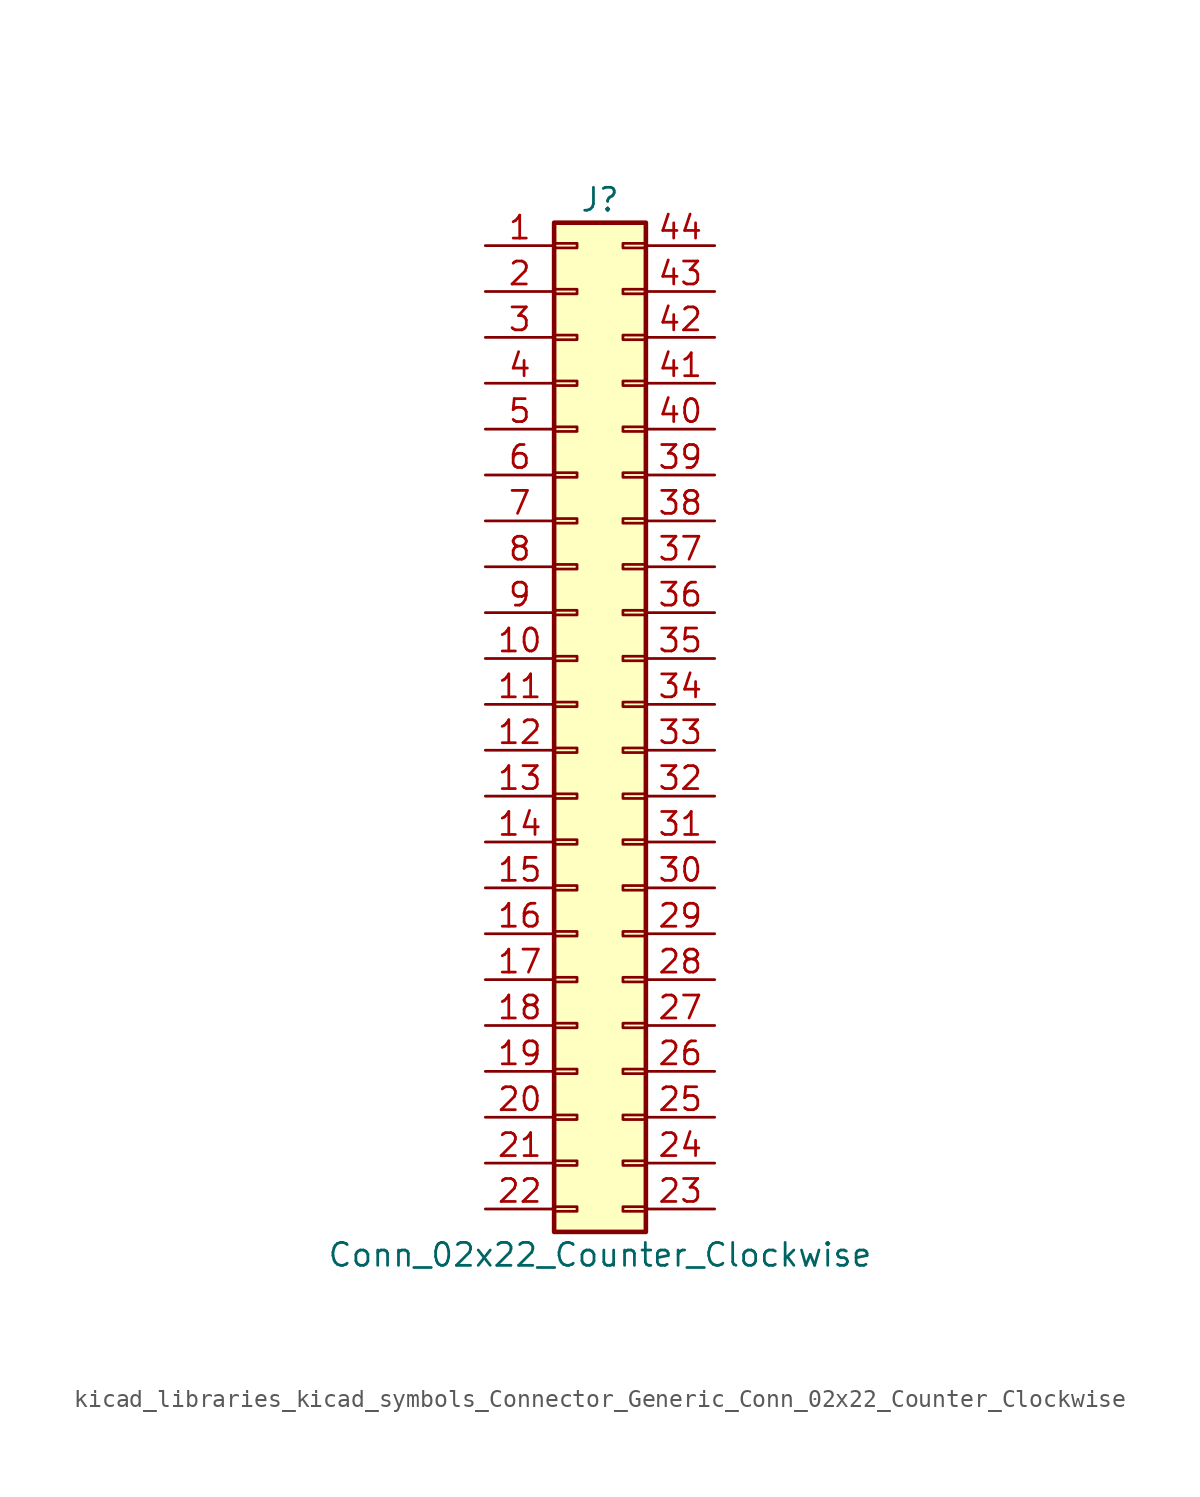
<source format=kicad_sym>
(kicad_symbol_lib
  (version 20220914)
  (generator kicad_symbol_editor)
  (symbol "kicad_libraries_kicad_symbols_Connector_Generic_Conn_02x22_Counter_Clockwise"
    (pin_names
      (offset 1.016) hide)
    (property "Reference" "J"
      (at 1.27 27.94 0)
      (effects (font (size 1.27 1.27))))
    (property "Value" "Conn_02x22_Counter_Clockwise"
      (at 1.27 -30.48 0)
      (effects (font (size 1.27 1.27))))
    (symbol "kicad_libraries_kicad_symbols_Connector_Generic_Conn_02x22_Counter_Clockwise_1_1"
      (rectangle (start -1.27 -27.813) (end 0 -28.067) (stroke (width 0.152) (type default)) (fill (type none)))
      (rectangle (start -1.27 -25.273) (end 0 -25.527) (stroke (width 0.152) (type default)) (fill (type none)))
      (rectangle (start -1.27 -22.733) (end 0 -22.987) (stroke (width 0.152) (type default)) (fill (type none)))
      (rectangle (start -1.27 -20.193) (end 0 -20.447) (stroke (width 0.152) (type default)) (fill (type none)))
      (rectangle (start -1.27 -17.653) (end 0 -17.907) (stroke (width 0.152) (type default)) (fill (type none)))
      (rectangle (start -1.27 -15.113) (end 0 -15.367) (stroke (width 0.152) (type default)) (fill (type none)))
      (rectangle (start -1.27 -12.573) (end 0 -12.827) (stroke (width 0.152) (type default)) (fill (type none)))
      (rectangle (start -1.27 -10.033) (end 0 -10.287) (stroke (width 0.152) (type default)) (fill (type none)))
      (rectangle (start -1.27 -7.493) (end 0 -7.747) (stroke (width 0.152) (type default)) (fill (type none)))
      (rectangle (start -1.27 -4.953) (end 0 -5.207) (stroke (width 0.152) (type default)) (fill (type none)))
      (rectangle (start -1.27 -2.413) (end 0 -2.667) (stroke (width 0.152) (type default)) (fill (type none)))
      (rectangle (start -1.27 0.127) (end 0 -0.127) (stroke (width 0.152) (type default)) (fill (type none)))
      (rectangle (start -1.27 2.667) (end 0 2.413) (stroke (width 0.152) (type default)) (fill (type none)))
      (rectangle (start -1.27 5.207) (end 0 4.953) (stroke (width 0.152) (type default)) (fill (type none)))
      (rectangle (start -1.27 7.747) (end 0 7.493) (stroke (width 0.152) (type default)) (fill (type none)))
      (rectangle (start -1.27 10.287) (end 0 10.033) (stroke (width 0.152) (type default)) (fill (type none)))
      (rectangle (start -1.27 12.827) (end 0 12.573) (stroke (width 0.152) (type default)) (fill (type none)))
      (rectangle (start -1.27 15.367) (end 0 15.113) (stroke (width 0.152) (type default)) (fill (type none)))
      (rectangle (start -1.27 17.907) (end 0 17.653) (stroke (width 0.152) (type default)) (fill (type none)))
      (rectangle (start -1.27 20.447) (end 0 20.193) (stroke (width 0.152) (type default)) (fill (type none)))
      (rectangle (start -1.27 22.987) (end 0 22.733) (stroke (width 0.152) (type default)) (fill (type none)))
      (rectangle (start -1.27 25.527) (end 0 25.273) (stroke (width 0.152) (type default)) (fill (type none)))
      (rectangle (start -1.27 26.67) (end 3.81 -29.21) (stroke (width 0.254) (type default)) (fill (type background)))
      (rectangle (start 3.81 -27.813) (end 2.54 -28.067) (stroke (width 0.152) (type default)) (fill (type none)))
      (rectangle (start 3.81 -25.273) (end 2.54 -25.527) (stroke (width 0.152) (type default)) (fill (type none)))
      (rectangle (start 3.81 -22.733) (end 2.54 -22.987) (stroke (width 0.152) (type default)) (fill (type none)))
      (rectangle (start 3.81 -20.193) (end 2.54 -20.447) (stroke (width 0.152) (type default)) (fill (type none)))
      (rectangle (start 3.81 -17.653) (end 2.54 -17.907) (stroke (width 0.152) (type default)) (fill (type none)))
      (rectangle (start 3.81 -15.113) (end 2.54 -15.367) (stroke (width 0.152) (type default)) (fill (type none)))
      (rectangle (start 3.81 -12.573) (end 2.54 -12.827) (stroke (width 0.152) (type default)) (fill (type none)))
      (rectangle (start 3.81 -10.033) (end 2.54 -10.287) (stroke (width 0.152) (type default)) (fill (type none)))
      (rectangle (start 3.81 -7.493) (end 2.54 -7.747) (stroke (width 0.152) (type default)) (fill (type none)))
      (rectangle (start 3.81 -4.953) (end 2.54 -5.207) (stroke (width 0.152) (type default)) (fill (type none)))
      (rectangle (start 3.81 -2.413) (end 2.54 -2.667) (stroke (width 0.152) (type default)) (fill (type none)))
      (rectangle (start 3.81 0.127) (end 2.54 -0.127) (stroke (width 0.152) (type default)) (fill (type none)))
      (rectangle (start 3.81 2.667) (end 2.54 2.413) (stroke (width 0.152) (type default)) (fill (type none)))
      (rectangle (start 3.81 5.207) (end 2.54 4.953) (stroke (width 0.152) (type default)) (fill (type none)))
      (rectangle (start 3.81 7.747) (end 2.54 7.493) (stroke (width 0.152) (type default)) (fill (type none)))
      (rectangle (start 3.81 10.287) (end 2.54 10.033) (stroke (width 0.152) (type default)) (fill (type none)))
      (rectangle (start 3.81 12.827) (end 2.54 12.573) (stroke (width 0.152) (type default)) (fill (type none)))
      (rectangle (start 3.81 15.367) (end 2.54 15.113) (stroke (width 0.152) (type default)) (fill (type none)))
      (rectangle (start 3.81 17.907) (end 2.54 17.653) (stroke (width 0.152) (type default)) (fill (type none)))
      (rectangle (start 3.81 20.447) (end 2.54 20.193) (stroke (width 0.152) (type default)) (fill (type none)))
      (rectangle (start 3.81 22.987) (end 2.54 22.733) (stroke (width 0.152) (type default)) (fill (type none)))
      (rectangle (start 3.81 25.527) (end 2.54 25.273) (stroke (width 0.152) (type default)) (fill (type none)))
      (pin passive line (at -5.08 25.4 0) (length 3.81) (name "Pin_1" (effects (font (size 1.27 1.27)))) (number "1" (effects (font (size 1.27 1.27)))))
      (pin passive line (at -5.08 2.54 0) (length 3.81) (name "Pin_10" (effects (font (size 1.27 1.27)))) (number "10" (effects (font (size 1.27 1.27)))))
      (pin passive line (at -5.08 0 0) (length 3.81) (name "Pin_11" (effects (font (size 1.27 1.27)))) (number "11" (effects (font (size 1.27 1.27)))))
      (pin passive line (at -5.08 -2.54 0) (length 3.81) (name "Pin_12" (effects (font (size 1.27 1.27)))) (number "12" (effects (font (size 1.27 1.27)))))
      (pin passive line (at -5.08 -5.08 0) (length 3.81) (name "Pin_13" (effects (font (size 1.27 1.27)))) (number "13" (effects (font (size 1.27 1.27)))))
      (pin passive line (at -5.08 -7.62 0) (length 3.81) (name "Pin_14" (effects (font (size 1.27 1.27)))) (number "14" (effects (font (size 1.27 1.27)))))
      (pin passive line (at -5.08 -10.16 0) (length 3.81) (name "Pin_15" (effects (font (size 1.27 1.27)))) (number "15" (effects (font (size 1.27 1.27)))))
      (pin passive line (at -5.08 -12.7 0) (length 3.81) (name "Pin_16" (effects (font (size 1.27 1.27)))) (number "16" (effects (font (size 1.27 1.27)))))
      (pin passive line (at -5.08 -15.24 0) (length 3.81) (name "Pin_17" (effects (font (size 1.27 1.27)))) (number "17" (effects (font (size 1.27 1.27)))))
      (pin passive line (at -5.08 -17.78 0) (length 3.81) (name "Pin_18" (effects (font (size 1.27 1.27)))) (number "18" (effects (font (size 1.27 1.27)))))
      (pin passive line (at -5.08 -20.32 0) (length 3.81) (name "Pin_19" (effects (font (size 1.27 1.27)))) (number "19" (effects (font (size 1.27 1.27)))))
      (pin passive line (at -5.08 22.86 0) (length 3.81) (name "Pin_2" (effects (font (size 1.27 1.27)))) (number "2" (effects (font (size 1.27 1.27)))))
      (pin passive line (at -5.08 -22.86 0) (length 3.81) (name "Pin_20" (effects (font (size 1.27 1.27)))) (number "20" (effects (font (size 1.27 1.27)))))
      (pin passive line (at -5.08 -25.4 0) (length 3.81) (name "Pin_21" (effects (font (size 1.27 1.27)))) (number "21" (effects (font (size 1.27 1.27)))))
      (pin passive line (at -5.08 -27.94 0) (length 3.81) (name "Pin_22" (effects (font (size 1.27 1.27)))) (number "22" (effects (font (size 1.27 1.27)))))
      (pin passive line (at 7.62 -27.94 180) (length 3.81) (name "Pin_23" (effects (font (size 1.27 1.27)))) (number "23" (effects (font (size 1.27 1.27)))))
      (pin passive line (at 7.62 -25.4 180) (length 3.81) (name "Pin_24" (effects (font (size 1.27 1.27)))) (number "24" (effects (font (size 1.27 1.27)))))
      (pin passive line (at 7.62 -22.86 180) (length 3.81) (name "Pin_25" (effects (font (size 1.27 1.27)))) (number "25" (effects (font (size 1.27 1.27)))))
      (pin passive line (at 7.62 -20.32 180) (length 3.81) (name "Pin_26" (effects (font (size 1.27 1.27)))) (number "26" (effects (font (size 1.27 1.27)))))
      (pin passive line (at 7.62 -17.78 180) (length 3.81) (name "Pin_27" (effects (font (size 1.27 1.27)))) (number "27" (effects (font (size 1.27 1.27)))))
      (pin passive line (at 7.62 -15.24 180) (length 3.81) (name "Pin_28" (effects (font (size 1.27 1.27)))) (number "28" (effects (font (size 1.27 1.27)))))
      (pin passive line (at 7.62 -12.7 180) (length 3.81) (name "Pin_29" (effects (font (size 1.27 1.27)))) (number "29" (effects (font (size 1.27 1.27)))))
      (pin passive line (at -5.08 20.32 0) (length 3.81) (name "Pin_3" (effects (font (size 1.27 1.27)))) (number "3" (effects (font (size 1.27 1.27)))))
      (pin passive line (at 7.62 -10.16 180) (length 3.81) (name "Pin_30" (effects (font (size 1.27 1.27)))) (number "30" (effects (font (size 1.27 1.27)))))
      (pin passive line (at 7.62 -7.62 180) (length 3.81) (name "Pin_31" (effects (font (size 1.27 1.27)))) (number "31" (effects (font (size 1.27 1.27)))))
      (pin passive line (at 7.62 -5.08 180) (length 3.81) (name "Pin_32" (effects (font (size 1.27 1.27)))) (number "32" (effects (font (size 1.27 1.27)))))
      (pin passive line (at 7.62 -2.54 180) (length 3.81) (name "Pin_33" (effects (font (size 1.27 1.27)))) (number "33" (effects (font (size 1.27 1.27)))))
      (pin passive line (at 7.62 0 180) (length 3.81) (name "Pin_34" (effects (font (size 1.27 1.27)))) (number "34" (effects (font (size 1.27 1.27)))))
      (pin passive line (at 7.62 2.54 180) (length 3.81) (name "Pin_35" (effects (font (size 1.27 1.27)))) (number "35" (effects (font (size 1.27 1.27)))))
      (pin passive line (at 7.62 5.08 180) (length 3.81) (name "Pin_36" (effects (font (size 1.27 1.27)))) (number "36" (effects (font (size 1.27 1.27)))))
      (pin passive line (at 7.62 7.62 180) (length 3.81) (name "Pin_37" (effects (font (size 1.27 1.27)))) (number "37" (effects (font (size 1.27 1.27)))))
      (pin passive line (at 7.62 10.16 180) (length 3.81) (name "Pin_38" (effects (font (size 1.27 1.27)))) (number "38" (effects (font (size 1.27 1.27)))))
      (pin passive line (at 7.62 12.7 180) (length 3.81) (name "Pin_39" (effects (font (size 1.27 1.27)))) (number "39" (effects (font (size 1.27 1.27)))))
      (pin passive line (at -5.08 17.78 0) (length 3.81) (name "Pin_4" (effects (font (size 1.27 1.27)))) (number "4" (effects (font (size 1.27 1.27)))))
      (pin passive line (at 7.62 15.24 180) (length 3.81) (name "Pin_40" (effects (font (size 1.27 1.27)))) (number "40" (effects (font (size 1.27 1.27)))))
      (pin passive line (at 7.62 17.78 180) (length 3.81) (name "Pin_41" (effects (font (size 1.27 1.27)))) (number "41" (effects (font (size 1.27 1.27)))))
      (pin passive line (at 7.62 20.32 180) (length 3.81) (name "Pin_42" (effects (font (size 1.27 1.27)))) (number "42" (effects (font (size 1.27 1.27)))))
      (pin passive line (at 7.62 22.86 180) (length 3.81) (name "Pin_43" (effects (font (size 1.27 1.27)))) (number "43" (effects (font (size 1.27 1.27)))))
      (pin passive line (at 7.62 25.4 180) (length 3.81) (name "Pin_44" (effects (font (size 1.27 1.27)))) (number "44" (effects (font (size 1.27 1.27)))))
      (pin passive line (at -5.08 15.24 0) (length 3.81) (name "Pin_5" (effects (font (size 1.27 1.27)))) (number "5" (effects (font (size 1.27 1.27)))))
      (pin passive line (at -5.08 12.7 0) (length 3.81) (name "Pin_6" (effects (font (size 1.27 1.27)))) (number "6" (effects (font (size 1.27 1.27)))))
      (pin passive line (at -5.08 10.16 0) (length 3.81) (name "Pin_7" (effects (font (size 1.27 1.27)))) (number "7" (effects (font (size 1.27 1.27)))))
      (pin passive line (at -5.08 7.62 0) (length 3.81) (name "Pin_8" (effects (font (size 1.27 1.27)))) (number "8" (effects (font (size 1.27 1.27)))))
      (pin passive line (at -5.08 5.08 0) (length 3.81) (name "Pin_9" (effects (font (size 1.27 1.27)))) (number "9" (effects (font (size 1.27 1.27))))))))
</source>
